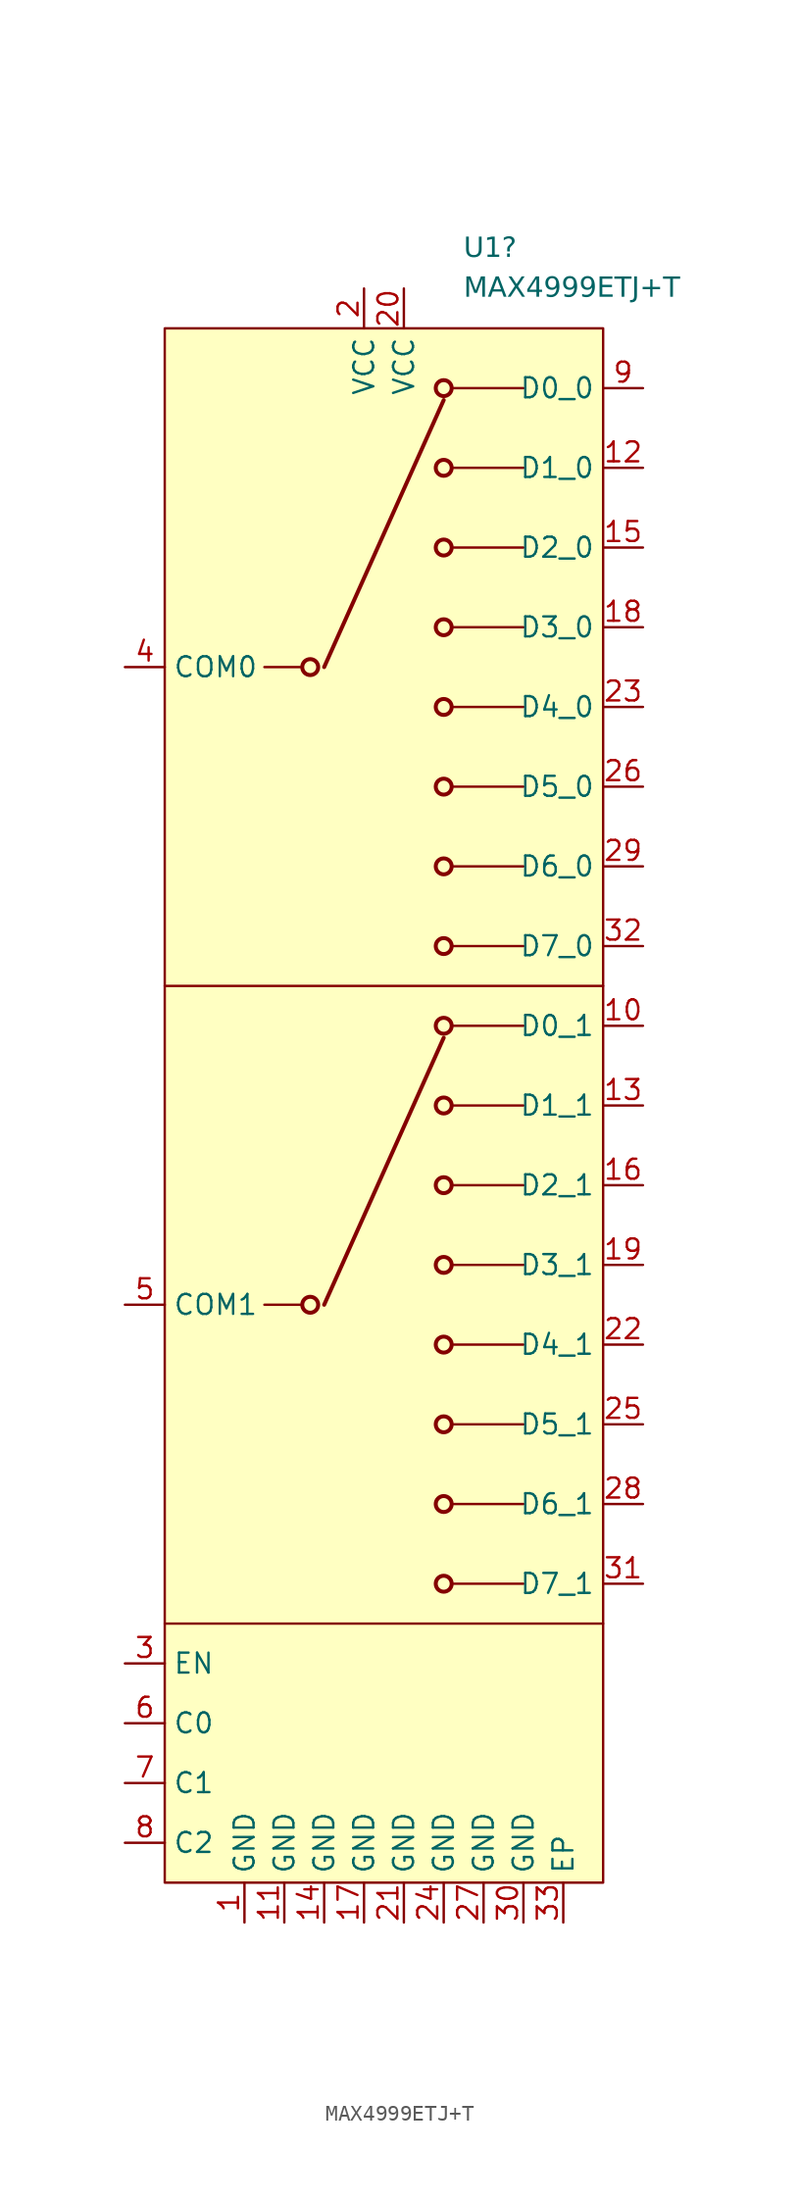
<source format=kicad_sym>
(kicad_symbol_lib
  (version 20220914)
  (generator kicad_symbol_editor)
  (symbol "MAX4999ETJ+T"
    (property "Reference" "U1"
      (at 5.08 54.61 0)
      (effects (font (face "Liberation Sans") (size 1.27 1.27)) (justify left)))
    (property "Value" "MAX4999ETJ+T"
      (at 5.08 52.07 0)
      (effects (font (face "Liberation Sans") (size 1.27 1.27)) (justify left)))
    (symbol "MAX4999ETJ+T_0_1"
      (polyline (pts (xy -13.97 -33.02) (xy 13.97 -33.02)) (stroke (width 0) (type default)) (fill (type none)))
      (polyline (pts (xy -13.97 7.62) (xy 13.97 7.62)) (stroke (width 0) (type default)) (fill (type none))))
    (symbol "MAX4999ETJ+T_1_1"
      (rectangle (start -13.97 49.53) (end 13.97 -49.53) (stroke (width 0) (type default)) (fill (type background)))
      (circle (center -4.699 -12.7) (radius 0.508) (stroke (width 0.254) (type default)) (fill (type none)))
      (circle (center -4.699 27.94) (radius 0.508) (stroke (width 0.254) (type default)) (fill (type none)))
      (polyline (pts (xy -7.62 -12.7) (xy -5.334 -12.7)) (stroke (width 0) (type default)) (fill (type none)))
      (polyline (pts (xy -7.62 27.94) (xy -5.334 27.94)) (stroke (width 0) (type default)) (fill (type none)))
      (polyline (pts (xy 3.81 4.318) (xy -3.81 -12.7)) (stroke (width 0.254) (type default)) (fill (type none)))
      (polyline (pts (xy 3.81 44.958) (xy -3.81 27.94)) (stroke (width 0.254) (type default)) (fill (type none)))
      (polyline (pts (xy 8.89 -30.48) (xy 4.445 -30.48)) (stroke (width 0) (type default)) (fill (type none)))
      (polyline (pts (xy 8.89 -25.4) (xy 4.445 -25.4)) (stroke (width 0) (type default)) (fill (type none)))
      (polyline (pts (xy 8.89 -20.32) (xy 4.445 -20.32)) (stroke (width 0) (type default)) (fill (type none)))
      (polyline (pts (xy 8.89 -15.24) (xy 4.445 -15.24)) (stroke (width 0) (type default)) (fill (type none)))
      (polyline (pts (xy 8.89 -10.16) (xy 4.445 -10.16)) (stroke (width 0) (type default)) (fill (type none)))
      (polyline (pts (xy 8.89 -5.08) (xy 4.445 -5.08)) (stroke (width 0) (type default)) (fill (type none)))
      (polyline (pts (xy 8.89 0) (xy 4.445 0)) (stroke (width 0) (type default)) (fill (type none)))
      (polyline (pts (xy 8.89 5.08) (xy 4.445 5.08)) (stroke (width 0) (type default)) (fill (type none)))
      (polyline (pts (xy 8.89 10.16) (xy 4.445 10.16)) (stroke (width 0) (type default)) (fill (type none)))
      (polyline (pts (xy 8.89 15.24) (xy 4.445 15.24)) (stroke (width 0) (type default)) (fill (type none)))
      (polyline (pts (xy 8.89 20.32) (xy 4.445 20.32)) (stroke (width 0) (type default)) (fill (type none)))
      (polyline (pts (xy 8.89 25.4) (xy 4.445 25.4)) (stroke (width 0) (type default)) (fill (type none)))
      (polyline (pts (xy 8.89 30.48) (xy 4.445 30.48)) (stroke (width 0) (type default)) (fill (type none)))
      (polyline (pts (xy 8.89 35.56) (xy 4.445 35.56)) (stroke (width 0) (type default)) (fill (type none)))
      (polyline (pts (xy 8.89 40.64) (xy 4.445 40.64)) (stroke (width 0) (type default)) (fill (type none)))
      (polyline (pts (xy 8.89 45.72) (xy 4.445 45.72)) (stroke (width 0) (type default)) (fill (type none)))
      (circle (center 3.81 -30.48) (radius 0.508) (stroke (width 0.254) (type default)) (fill (type none)))
      (circle (center 3.81 -25.4) (radius 0.508) (stroke (width 0.254) (type default)) (fill (type none)))
      (circle (center 3.81 -20.32) (radius 0.508) (stroke (width 0.254) (type default)) (fill (type none)))
      (circle (center 3.81 -15.24) (radius 0.508) (stroke (width 0.254) (type default)) (fill (type none)))
      (circle (center 3.81 -10.16) (radius 0.508) (stroke (width 0.254) (type default)) (fill (type none)))
      (circle (center 3.81 -5.08) (radius 0.508) (stroke (width 0.254) (type default)) (fill (type none)))
      (circle (center 3.81 0) (radius 0.508) (stroke (width 0.254) (type default)) (fill (type none)))
      (circle (center 3.81 5.08) (radius 0.508) (stroke (width 0.254) (type default)) (fill (type none)))
      (circle (center 3.81 10.16) (radius 0.508) (stroke (width 0.254) (type default)) (fill (type none)))
      (circle (center 3.81 15.24) (radius 0.508) (stroke (width 0.254) (type default)) (fill (type none)))
      (circle (center 3.81 20.32) (radius 0.508) (stroke (width 0.254) (type default)) (fill (type none)))
      (circle (center 3.81 25.4) (radius 0.508) (stroke (width 0.254) (type default)) (fill (type none)))
      (circle (center 3.81 30.48) (radius 0.508) (stroke (width 0.254) (type default)) (fill (type none)))
      (circle (center 3.81 35.56) (radius 0.508) (stroke (width 0.254) (type default)) (fill (type none)))
      (circle (center 3.81 40.64) (radius 0.508) (stroke (width 0.254) (type default)) (fill (type none)))
      (circle (center 3.81 45.72) (radius 0.508) (stroke (width 0.254) (type default)) (fill (type none)))
      (pin power_in line (at -8.89 -52.07 90) (length 2.54) (name "GND" (effects (font (size 1.27 1.27)))) (number "1" (effects (font (size 1.27 1.27)))))
      (pin passive line (at 16.51 5.08 180) (length 2.54) (name "D0_1" (effects (font (size 1.27 1.27)))) (number "10" (effects (font (size 1.27 1.27)))))
      (pin power_in line (at -6.35 -52.07 90) (length 2.54) (name "GND" (effects (font (size 1.27 1.27)))) (number "11" (effects (font (size 1.27 1.27)))))
      (pin passive line (at 16.51 40.64 180) (length 2.54) (name "D1_0" (effects (font (size 1.27 1.27)))) (number "12" (effects (font (size 1.27 1.27)))))
      (pin passive line (at 16.51 0 180) (length 2.54) (name "D1_1" (effects (font (size 1.27 1.27)))) (number "13" (effects (font (size 1.27 1.27)))))
      (pin power_in line (at -3.81 -52.07 90) (length 2.54) (name "GND" (effects (font (size 1.27 1.27)))) (number "14" (effects (font (size 1.27 1.27)))))
      (pin passive line (at 16.51 35.56 180) (length 2.54) (name "D2_0" (effects (font (size 1.27 1.27)))) (number "15" (effects (font (size 1.27 1.27)))))
      (pin passive line (at 16.51 -5.08 180) (length 2.54) (name "D2_1" (effects (font (size 1.27 1.27)))) (number "16" (effects (font (size 1.27 1.27)))))
      (pin power_in line (at -1.27 -52.07 90) (length 2.54) (name "GND" (effects (font (size 1.27 1.27)))) (number "17" (effects (font (size 1.27 1.27)))))
      (pin passive line (at 16.51 30.48 180) (length 2.54) (name "D3_0" (effects (font (size 1.27 1.27)))) (number "18" (effects (font (size 1.27 1.27)))))
      (pin passive line (at 16.51 -10.16 180) (length 2.54) (name "D3_1" (effects (font (size 1.27 1.27)))) (number "19" (effects (font (size 1.27 1.27)))))
      (pin power_in line (at -1.27 52.07 270) (length 2.54) (name "VCC" (effects (font (size 1.27 1.27)))) (number "2" (effects (font (size 1.27 1.27)))))
      (pin power_in line (at 1.27 52.07 270) (length 2.54) (name "VCC" (effects (font (size 1.27 1.27)))) (number "20" (effects (font (size 1.27 1.27)))))
      (pin power_in line (at 1.27 -52.07 90) (length 2.54) (name "GND" (effects (font (size 1.27 1.27)))) (number "21" (effects (font (size 1.27 1.27)))))
      (pin passive line (at 16.51 -15.24 180) (length 2.54) (name "D4_1" (effects (font (size 1.27 1.27)))) (number "22" (effects (font (size 1.27 1.27)))))
      (pin passive line (at 16.51 25.4 180) (length 2.54) (name "D4_0" (effects (font (size 1.27 1.27)))) (number "23" (effects (font (size 1.27 1.27)))))
      (pin power_in line (at 3.81 -52.07 90) (length 2.54) (name "GND" (effects (font (size 1.27 1.27)))) (number "24" (effects (font (size 1.27 1.27)))))
      (pin passive line (at 16.51 -20.32 180) (length 2.54) (name "D5_1" (effects (font (size 1.27 1.27)))) (number "25" (effects (font (size 1.27 1.27)))))
      (pin passive line (at 16.51 20.32 180) (length 2.54) (name "D5_0" (effects (font (size 1.27 1.27)))) (number "26" (effects (font (size 1.27 1.27)))))
      (pin power_in line (at 6.35 -52.07 90) (length 2.54) (name "GND" (effects (font (size 1.27 1.27)))) (number "27" (effects (font (size 1.27 1.27)))))
      (pin passive line (at 16.51 -25.4 180) (length 2.54) (name "D6_1" (effects (font (size 1.27 1.27)))) (number "28" (effects (font (size 1.27 1.27)))))
      (pin passive line (at 16.51 15.24 180) (length 2.54) (name "D6_0" (effects (font (size 1.27 1.27)))) (number "29" (effects (font (size 1.27 1.27)))))
      (pin input line (at -16.51 -35.56 0) (length 2.54) (name "EN" (effects (font (size 1.27 1.27)))) (number "3" (effects (font (size 1.27 1.27)))))
      (pin power_in line (at 8.89 -52.07 90) (length 2.54) (name "GND" (effects (font (size 1.27 1.27)))) (number "30" (effects (font (size 1.27 1.27)))))
      (pin passive line (at 16.51 -30.48 180) (length 2.54) (name "D7_1" (effects (font (size 1.27 1.27)))) (number "31" (effects (font (size 1.27 1.27)))))
      (pin passive line (at 16.51 10.16 180) (length 2.54) (name "D7_0" (effects (font (size 1.27 1.27)))) (number "32" (effects (font (size 1.27 1.27)))))
      (pin passive line (at 11.43 -52.07 90) (length 2.54) (name "EP" (effects (font (size 1.27 1.27)))) (number "33" (effects (font (size 1.27 1.27)))))
      (pin passive line (at -16.51 27.94 0) (length 2.54) (name "COM0" (effects (font (size 1.27 1.27)))) (number "4" (effects (font (size 1.27 1.27)))))
      (pin passive line (at -16.51 -12.7 0) (length 2.54) (name "COM1" (effects (font (size 1.27 1.27)))) (number "5" (effects (font (size 1.27 1.27)))))
      (pin input line (at -16.51 -39.37 0) (length 2.54) (name "C0" (effects (font (size 1.27 1.27)))) (number "6" (effects (font (size 1.27 1.27)))))
      (pin input line (at -16.51 -43.18 0) (length 2.54) (name "C1" (effects (font (size 1.27 1.27)))) (number "7" (effects (font (size 1.27 1.27)))))
      (pin input line (at -16.51 -46.99 0) (length 2.54) (name "C2" (effects (font (size 1.27 1.27)))) (number "8" (effects (font (size 1.27 1.27)))))
      (pin passive line (at 16.51 45.72 180) (length 2.54) (name "D0_0" (effects (font (size 1.27 1.27)))) (number "9" (effects (font (size 1.27 1.27))))))))
</source>
